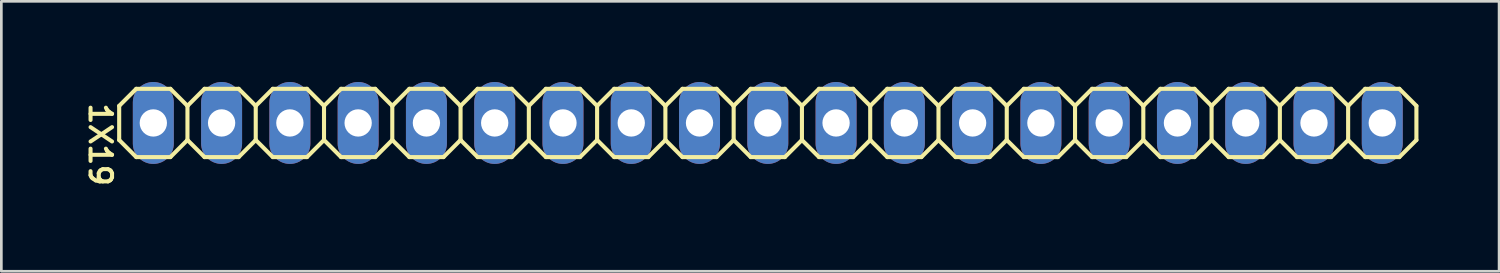
<source format=kicad_pcb>
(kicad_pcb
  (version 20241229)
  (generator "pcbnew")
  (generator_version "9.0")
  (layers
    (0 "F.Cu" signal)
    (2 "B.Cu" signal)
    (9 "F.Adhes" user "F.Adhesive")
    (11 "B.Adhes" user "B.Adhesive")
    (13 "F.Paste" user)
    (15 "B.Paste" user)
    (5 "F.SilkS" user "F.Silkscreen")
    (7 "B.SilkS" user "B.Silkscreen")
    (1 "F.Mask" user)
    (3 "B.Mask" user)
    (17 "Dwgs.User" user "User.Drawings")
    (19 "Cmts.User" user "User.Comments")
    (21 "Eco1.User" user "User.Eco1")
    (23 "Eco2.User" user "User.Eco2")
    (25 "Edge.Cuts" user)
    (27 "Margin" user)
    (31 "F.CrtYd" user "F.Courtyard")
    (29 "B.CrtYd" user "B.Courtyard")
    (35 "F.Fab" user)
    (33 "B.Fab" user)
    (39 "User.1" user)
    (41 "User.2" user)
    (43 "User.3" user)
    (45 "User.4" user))
  (footprint "1X19"
    (layer "F.Cu")
    (at 25.514 1.524)
    (property "Reference" "1X19" (at -25.301 -0.819 270) (unlocked yes) (layer "F.SilkS") (effects (font (size 0.8 0.8) (thickness 0.15)) (justify left bottom)))
    (fp_line (start -24.13 -0.635) (end -24.13 0.635) (stroke (width 0.152) (type solid)) (layer "F.SilkS"))
    (fp_line (start -24.13 0.635) (end -23.495 1.27) (stroke (width 0.152) (type solid)) (layer "F.SilkS"))
    (fp_line (start -23.495 -1.27) (end -24.13 -0.635) (stroke (width 0.152) (type solid)) (layer "F.SilkS"))
    (fp_line (start -23.495 -1.27) (end -22.225 -1.27) (stroke (width 0.152) (type solid)) (layer "F.SilkS"))
    (fp_line (start -22.225 -1.27) (end -21.59 -0.635) (stroke (width 0.152) (type solid)) (layer "F.SilkS"))
    (fp_line (start -22.225 1.27) (end -23.495 1.27) (stroke (width 0.152) (type solid)) (layer "F.SilkS"))
    (fp_line (start -21.59 -0.635) (end -21.59 0.635) (stroke (width 0.152) (type solid)) (layer "F.SilkS"))
    (fp_line (start -21.59 -0.635) (end -20.955 -1.27) (stroke (width 0.152) (type solid)) (layer "F.SilkS"))
    (fp_line (start -21.59 0.635) (end -22.225 1.27) (stroke (width 0.152) (type solid)) (layer "F.SilkS"))
    (fp_line (start -20.955 -1.27) (end -19.685 -1.27) (stroke (width 0.152) (type solid)) (layer "F.SilkS"))
    (fp_line (start -20.955 1.27) (end -21.59 0.635) (stroke (width 0.152) (type solid)) (layer "F.SilkS"))
    (fp_line (start -19.685 -1.27) (end -19.05 -0.635) (stroke (width 0.152) (type solid)) (layer "F.SilkS"))
    (fp_line (start -19.685 1.27) (end -20.955 1.27) (stroke (width 0.152) (type solid)) (layer "F.SilkS"))
    (fp_line (start -19.05 -0.635) (end -19.05 0.635) (stroke (width 0.152) (type solid)) (layer "F.SilkS"))
    (fp_line (start -19.05 -0.635) (end -18.415 -1.27) (stroke (width 0.152) (type solid)) (layer "F.SilkS"))
    (fp_line (start -19.05 0.635) (end -19.685 1.27) (stroke (width 0.152) (type solid)) (layer "F.SilkS"))
    (fp_line (start -18.415 -1.27) (end -17.145 -1.27) (stroke (width 0.152) (type solid)) (layer "F.SilkS"))
    (fp_line (start -18.415 1.27) (end -19.05 0.635) (stroke (width 0.152) (type solid)) (layer "F.SilkS"))
    (fp_line (start -17.145 -1.27) (end -16.51 -0.635) (stroke (width 0.152) (type solid)) (layer "F.SilkS"))
    (fp_line (start -17.145 1.27) (end -18.415 1.27) (stroke (width 0.152) (type solid)) (layer "F.SilkS"))
    (fp_line (start -16.51 -0.635) (end -16.51 0.635) (stroke (width 0.152) (type solid)) (layer "F.SilkS"))
    (fp_line (start -16.51 0.635) (end -17.145 1.27) (stroke (width 0.152) (type solid)) (layer "F.SilkS"))
    (fp_line (start -16.51 0.635) (end -15.875 1.27) (stroke (width 0.152) (type solid)) (layer "F.SilkS"))
    (fp_line (start -15.875 -1.27) (end -16.51 -0.635) (stroke (width 0.152) (type solid)) (layer "F.SilkS"))
    (fp_line (start -15.875 -1.27) (end -14.605 -1.27) (stroke (width 0.152) (type solid)) (layer "F.SilkS"))
    (fp_line (start -14.605 -1.27) (end -13.97 -0.635) (stroke (width 0.152) (type solid)) (layer "F.SilkS"))
    (fp_line (start -14.605 1.27) (end -15.875 1.27) (stroke (width 0.152) (type solid)) (layer "F.SilkS"))
    (fp_line (start -13.97 -0.635) (end -13.97 0.635) (stroke (width 0.152) (type solid)) (layer "F.SilkS"))
    (fp_line (start -13.97 -0.635) (end -13.335 -1.27) (stroke (width 0.152) (type solid)) (layer "F.SilkS"))
    (fp_line (start -13.97 0.635) (end -14.605 1.27) (stroke (width 0.152) (type solid)) (layer "F.SilkS"))
    (fp_line (start -13.335 -1.27) (end -12.065 -1.27) (stroke (width 0.152) (type solid)) (layer "F.SilkS"))
    (fp_line (start -13.335 1.27) (end -13.97 0.635) (stroke (width 0.152) (type solid)) (layer "F.SilkS"))
    (fp_line (start -12.065 -1.27) (end -11.43 -0.635) (stroke (width 0.152) (type solid)) (layer "F.SilkS"))
    (fp_line (start -12.065 1.27) (end -13.335 1.27) (stroke (width 0.152) (type solid)) (layer "F.SilkS"))
    (fp_line (start -11.43 -0.635) (end -11.43 0.635) (stroke (width 0.152) (type solid)) (layer "F.SilkS"))
    (fp_line (start -11.43 -0.635) (end -10.795 -1.27) (stroke (width 0.152) (type solid)) (layer "F.SilkS"))
    (fp_line (start -11.43 0.635) (end -12.065 1.27) (stroke (width 0.152) (type solid)) (layer "F.SilkS"))
    (fp_line (start -10.795 -1.27) (end -9.525 -1.27) (stroke (width 0.152) (type solid)) (layer "F.SilkS"))
    (fp_line (start -10.795 1.27) (end -11.43 0.635) (stroke (width 0.152) (type solid)) (layer "F.SilkS"))
    (fp_line (start -9.525 -1.27) (end -8.89 -0.635) (stroke (width 0.152) (type solid)) (layer "F.SilkS"))
    (fp_line (start -9.525 1.27) (end -10.795 1.27) (stroke (width 0.152) (type solid)) (layer "F.SilkS"))
    (fp_line (start -8.89 -0.635) (end -8.89 0.635) (stroke (width 0.152) (type solid)) (layer "F.SilkS"))
    (fp_line (start -8.89 0.635) (end -9.525 1.27) (stroke (width 0.152) (type solid)) (layer "F.SilkS"))
    (fp_line (start -8.89 0.635) (end -8.255 1.27) (stroke (width 0.152) (type solid)) (layer "F.SilkS"))
    (fp_line (start -8.255 -1.27) (end -8.89 -0.635) (stroke (width 0.152) (type solid)) (layer "F.SilkS"))
    (fp_line (start -8.255 -1.27) (end -6.985 -1.27) (stroke (width 0.152) (type solid)) (layer "F.SilkS"))
    (fp_line (start -6.985 -1.27) (end -6.35 -0.635) (stroke (width 0.152) (type solid)) (layer "F.SilkS"))
    (fp_line (start -6.985 1.27) (end -8.255 1.27) (stroke (width 0.152) (type solid)) (layer "F.SilkS"))
    (fp_line (start -6.35 -0.635) (end -6.35 0.635) (stroke (width 0.152) (type solid)) (layer "F.SilkS"))
    (fp_line (start -6.35 -0.635) (end -5.715 -1.27) (stroke (width 0.152) (type solid)) (layer "F.SilkS"))
    (fp_line (start -6.35 0.635) (end -6.985 1.27) (stroke (width 0.152) (type solid)) (layer "F.SilkS"))
    (fp_line (start -5.715 -1.27) (end -4.445 -1.27) (stroke (width 0.152) (type solid)) (layer "F.SilkS"))
    (fp_line (start -5.715 1.27) (end -6.35 0.635) (stroke (width 0.152) (type solid)) (layer "F.SilkS"))
    (fp_line (start -4.445 -1.27) (end -3.81 -0.635) (stroke (width 0.152) (type solid)) (layer "F.SilkS"))
    (fp_line (start -4.445 1.27) (end -5.715 1.27) (stroke (width 0.152) (type solid)) (layer "F.SilkS"))
    (fp_line (start -3.81 -0.635) (end -3.81 0.635) (stroke (width 0.152) (type solid)) (layer "F.SilkS"))
    (fp_line (start -3.81 -0.635) (end -3.175 -1.27) (stroke (width 0.152) (type solid)) (layer "F.SilkS"))
    (fp_line (start -3.81 0.635) (end -4.445 1.27) (stroke (width 0.152) (type solid)) (layer "F.SilkS"))
    (fp_line (start -3.175 -1.27) (end -1.905 -1.27) (stroke (width 0.152) (type solid)) (layer "F.SilkS"))
    (fp_line (start -3.175 1.27) (end -3.81 0.635) (stroke (width 0.152) (type solid)) (layer "F.SilkS"))
    (fp_line (start -1.905 -1.27) (end -1.27 -0.635) (stroke (width 0.152) (type solid)) (layer "F.SilkS"))
    (fp_line (start -1.905 1.27) (end -3.175 1.27) (stroke (width 0.152) (type solid)) (layer "F.SilkS"))
    (fp_line (start -1.27 -0.635) (end -1.27 0.635) (stroke (width 0.152) (type solid)) (layer "F.SilkS"))
    (fp_line (start -1.27 0.635) (end -1.905 1.27) (stroke (width 0.152) (type solid)) (layer "F.SilkS"))
    (fp_line (start -1.27 0.635) (end -0.635 1.27) (stroke (width 0.152) (type solid)) (layer "F.SilkS"))
    (fp_line (start -0.635 -1.27) (end -1.27 -0.635) (stroke (width 0.152) (type solid)) (layer "F.SilkS"))
    (fp_line (start -0.635 -1.27) (end 0.635 -1.27) (stroke (width 0.152) (type solid)) (layer "F.SilkS"))
    (fp_line (start 0.635 -1.27) (end 1.27 -0.635) (stroke (width 0.152) (type solid)) (layer "F.SilkS"))
    (fp_line (start 0.635 1.27) (end -0.635 1.27) (stroke (width 0.152) (type solid)) (layer "F.SilkS"))
    (fp_line (start 1.27 -0.635) (end 1.27 0.635) (stroke (width 0.152) (type solid)) (layer "F.SilkS"))
    (fp_line (start 1.27 -0.635) (end 1.905 -1.27) (stroke (width 0.152) (type solid)) (layer "F.SilkS"))
    (fp_line (start 1.27 0.635) (end 0.635 1.27) (stroke (width 0.152) (type solid)) (layer "F.SilkS"))
    (fp_line (start 1.905 -1.27) (end 3.175 -1.27) (stroke (width 0.152) (type solid)) (layer "F.SilkS"))
    (fp_line (start 1.905 1.27) (end 1.27 0.635) (stroke (width 0.152) (type solid)) (layer "F.SilkS"))
    (fp_line (start 3.175 -1.27) (end 3.81 -0.635) (stroke (width 0.152) (type solid)) (layer "F.SilkS"))
    (fp_line (start 3.175 1.27) (end 1.905 1.27) (stroke (width 0.152) (type solid)) (layer "F.SilkS"))
    (fp_line (start 3.81 -0.635) (end 3.81 0.635) (stroke (width 0.152) (type solid)) (layer "F.SilkS"))
    (fp_line (start 3.81 -0.635) (end 4.445 -1.27) (stroke (width 0.152) (type solid)) (layer "F.SilkS"))
    (fp_line (start 3.81 0.635) (end 3.175 1.27) (stroke (width 0.152) (type solid)) (layer "F.SilkS"))
    (fp_line (start 4.445 -1.27) (end 5.715 -1.27) (stroke (width 0.152) (type solid)) (layer "F.SilkS"))
    (fp_line (start 4.445 1.27) (end 3.81 0.635) (stroke (width 0.152) (type solid)) (layer "F.SilkS"))
    (fp_line (start 5.715 -1.27) (end 6.35 -0.635) (stroke (width 0.152) (type solid)) (layer "F.SilkS"))
    (fp_line (start 5.715 1.27) (end 4.445 1.27) (stroke (width 0.152) (type solid)) (layer "F.SilkS"))
    (fp_line (start 6.35 -0.635) (end 6.35 0.635) (stroke (width 0.152) (type solid)) (layer "F.SilkS"))
    (fp_line (start 6.35 0.635) (end 5.715 1.27) (stroke (width 0.152) (type solid)) (layer "F.SilkS"))
    (fp_line (start 6.35 0.635) (end 6.985 1.27) (stroke (width 0.152) (type solid)) (layer "F.SilkS"))
    (fp_line (start 6.985 -1.27) (end 6.35 -0.635) (stroke (width 0.152) (type solid)) (layer "F.SilkS"))
    (fp_line (start 6.985 -1.27) (end 8.255 -1.27) (stroke (width 0.152) (type solid)) (layer "F.SilkS"))
    (fp_line (start 8.255 -1.27) (end 8.89 -0.635) (stroke (width 0.152) (type solid)) (layer "F.SilkS"))
    (fp_line (start 8.255 1.27) (end 6.985 1.27) (stroke (width 0.152) (type solid)) (layer "F.SilkS"))
    (fp_line (start 8.89 -0.635) (end 8.89 0.635) (stroke (width 0.152) (type solid)) (layer "F.SilkS"))
    (fp_line (start 8.89 -0.635) (end 9.525 -1.27) (stroke (width 0.152) (type solid)) (layer "F.SilkS"))
    (fp_line (start 8.89 0.635) (end 8.255 1.27) (stroke (width 0.152) (type solid)) (layer "F.SilkS"))
    (fp_line (start 9.525 -1.27) (end 10.795 -1.27) (stroke (width 0.152) (type solid)) (layer "F.SilkS"))
    (fp_line (start 9.525 1.27) (end 8.89 0.635) (stroke (width 0.152) (type solid)) (layer "F.SilkS"))
    (fp_line (start 10.795 -1.27) (end 11.43 -0.635) (stroke (width 0.152) (type solid)) (layer "F.SilkS"))
    (fp_line (start 10.795 1.27) (end 9.525 1.27) (stroke (width 0.152) (type solid)) (layer "F.SilkS"))
    (fp_line (start 11.43 -0.635) (end 11.43 0.635) (stroke (width 0.152) (type solid)) (layer "F.SilkS"))
    (fp_line (start 11.43 -0.635) (end 12.065 -1.27) (stroke (width 0.152) (type solid)) (layer "F.SilkS"))
    (fp_line (start 11.43 0.635) (end 10.795 1.27) (stroke (width 0.152) (type solid)) (layer "F.SilkS"))
    (fp_line (start 12.065 -1.27) (end 13.335 -1.27) (stroke (width 0.152) (type solid)) (layer "F.SilkS"))
    (fp_line (start 12.065 1.27) (end 11.43 0.635) (stroke (width 0.152) (type solid)) (layer "F.SilkS"))
    (fp_line (start 13.335 -1.27) (end 13.97 -0.635) (stroke (width 0.152) (type solid)) (layer "F.SilkS"))
    (fp_line (start 13.335 1.27) (end 12.065 1.27) (stroke (width 0.152) (type solid)) (layer "F.SilkS"))
    (fp_line (start 13.97 -0.635) (end 13.97 0.635) (stroke (width 0.152) (type solid)) (layer "F.SilkS"))
    (fp_line (start 13.97 0.635) (end 13.335 1.27) (stroke (width 0.152) (type solid)) (layer "F.SilkS"))
    (fp_line (start 13.97 0.635) (end 14.605 1.27) (stroke (width 0.152) (type solid)) (layer "F.SilkS"))
    (fp_line (start 14.605 -1.27) (end 13.97 -0.635) (stroke (width 0.152) (type solid)) (layer "F.SilkS"))
    (fp_line (start 14.605 -1.27) (end 15.875 -1.27) (stroke (width 0.152) (type solid)) (layer "F.SilkS"))
    (fp_line (start 15.875 -1.27) (end 16.51 -0.635) (stroke (width 0.152) (type solid)) (layer "F.SilkS"))
    (fp_line (start 15.875 1.27) (end 14.605 1.27) (stroke (width 0.152) (type solid)) (layer "F.SilkS"))
    (fp_line (start 16.51 -0.635) (end 16.51 0.635) (stroke (width 0.152) (type solid)) (layer "F.SilkS"))
    (fp_line (start 16.51 -0.635) (end 17.145 -1.27) (stroke (width 0.152) (type solid)) (layer "F.SilkS"))
    (fp_line (start 16.51 0.635) (end 15.875 1.27) (stroke (width 0.152) (type solid)) (layer "F.SilkS"))
    (fp_line (start 17.145 -1.27) (end 18.415 -1.27) (stroke (width 0.152) (type solid)) (layer "F.SilkS"))
    (fp_line (start 17.145 1.27) (end 16.51 0.635) (stroke (width 0.152) (type solid)) (layer "F.SilkS"))
    (fp_line (start 18.415 -1.27) (end 19.05 -0.635) (stroke (width 0.152) (type solid)) (layer "F.SilkS"))
    (fp_line (start 18.415 1.27) (end 17.145 1.27) (stroke (width 0.152) (type solid)) (layer "F.SilkS"))
    (fp_line (start 19.05 -0.635) (end 19.05 0.635) (stroke (width 0.152) (type solid)) (layer "F.SilkS"))
    (fp_line (start 19.05 -0.635) (end 19.685 -1.27) (stroke (width 0.152) (type solid)) (layer "F.SilkS"))
    (fp_line (start 19.05 0.635) (end 18.415 1.27) (stroke (width 0.152) (type solid)) (layer "F.SilkS"))
    (fp_line (start 19.685 -1.27) (end 20.955 -1.27) (stroke (width 0.152) (type solid)) (layer "F.SilkS"))
    (fp_line (start 19.685 1.27) (end 19.05 0.635) (stroke (width 0.152) (type solid)) (layer "F.SilkS"))
    (fp_line (start 20.955 -1.27) (end 21.59 -0.635) (stroke (width 0.152) (type solid)) (layer "F.SilkS"))
    (fp_line (start 20.955 1.27) (end 19.685 1.27) (stroke (width 0.152) (type solid)) (layer "F.SilkS"))
    (fp_line (start 21.59 -0.635) (end 21.59 0.635) (stroke (width 0.152) (type solid)) (layer "F.SilkS"))
    (fp_line (start 21.59 -0.635) (end 22.225 -1.27) (stroke (width 0.152) (type solid)) (layer "F.SilkS"))
    (fp_line (start 21.59 0.635) (end 20.955 1.27) (stroke (width 0.152) (type solid)) (layer "F.SilkS"))
    (fp_line (start 22.225 -1.27) (end 23.495 -1.27) (stroke (width 0.152) (type solid)) (layer "F.SilkS"))
    (fp_line (start 22.225 1.27) (end 21.59 0.635) (stroke (width 0.152) (type solid)) (layer "F.SilkS"))
    (fp_line (start 23.495 -1.27) (end 24.13 -0.635) (stroke (width 0.152) (type solid)) (layer "F.SilkS"))
    (fp_line (start 23.495 1.27) (end 22.225 1.27) (stroke (width 0.152) (type solid)) (layer "F.SilkS"))
    (fp_line (start 24.13 -0.635) (end 24.13 0.635) (stroke (width 0.152) (type solid)) (layer "F.SilkS"))
    (fp_line (start 24.13 0.635) (end 23.495 1.27) (stroke (width 0.152) (type solid)) (layer "F.SilkS"))
    (fp_poly (pts (xy -23.114 0.254) (xy -22.606 0.254) (xy -22.606 -0.254) (xy -23.114 -0.254)) (stroke (width 0.1) (type solid)) (fill no) (layer "F.Fab"))
    (fp_poly (pts (xy -20.574 0.254) (xy -20.066 0.254) (xy -20.066 -0.254) (xy -20.574 -0.254)) (stroke (width 0.1) (type solid)) (fill no) (layer "F.Fab"))
    (fp_poly (pts (xy -18.034 0.254) (xy -17.526 0.254) (xy -17.526 -0.254) (xy -18.034 -0.254)) (stroke (width 0.1) (type solid)) (fill no) (layer "F.Fab"))
    (fp_poly (pts (xy -15.494 0.254) (xy -14.986 0.254) (xy -14.986 -0.254) (xy -15.494 -0.254)) (stroke (width 0.1) (type solid)) (fill no) (layer "F.Fab"))
    (fp_poly (pts (xy -12.954 0.254) (xy -12.446 0.254) (xy -12.446 -0.254) (xy -12.954 -0.254)) (stroke (width 0.1) (type solid)) (fill no) (layer "F.Fab"))
    (fp_poly (pts (xy -10.414 0.254) (xy -9.906 0.254) (xy -9.906 -0.254) (xy -10.414 -0.254)) (stroke (width 0.1) (type solid)) (fill no) (layer "F.Fab"))
    (fp_poly (pts (xy -7.874 0.254) (xy -7.366 0.254) (xy -7.366 -0.254) (xy -7.874 -0.254)) (stroke (width 0.1) (type solid)) (fill no) (layer "F.Fab"))
    (fp_poly (pts (xy -5.334 0.254) (xy -4.826 0.254) (xy -4.826 -0.254) (xy -5.334 -0.254)) (stroke (width 0.1) (type solid)) (fill no) (layer "F.Fab"))
    (fp_poly (pts (xy -2.794 0.254) (xy -2.286 0.254) (xy -2.286 -0.254) (xy -2.794 -0.254)) (stroke (width 0.1) (type solid)) (fill no) (layer "F.Fab"))
    (fp_poly (pts (xy -0.254 0.254) (xy 0.254 0.254) (xy 0.254 -0.254) (xy -0.254 -0.254)) (stroke (width 0.1) (type solid)) (fill no) (layer "F.Fab"))
    (fp_poly (pts (xy 2.286 0.254) (xy 2.794 0.254) (xy 2.794 -0.254) (xy 2.286 -0.254)) (stroke (width 0.1) (type solid)) (fill no) (layer "F.Fab"))
    (fp_poly (pts (xy 4.826 0.254) (xy 5.334 0.254) (xy 5.334 -0.254) (xy 4.826 -0.254)) (stroke (width 0.1) (type solid)) (fill no) (layer "F.Fab"))
    (fp_poly (pts (xy 7.366 0.254) (xy 7.874 0.254) (xy 7.874 -0.254) (xy 7.366 -0.254)) (stroke (width 0.1) (type solid)) (fill no) (layer "F.Fab"))
    (fp_poly (pts (xy 9.906 0.254) (xy 10.414 0.254) (xy 10.414 -0.254) (xy 9.906 -0.254)) (stroke (width 0.1) (type solid)) (fill no) (layer "F.Fab"))
    (fp_poly (pts (xy 12.446 0.254) (xy 12.954 0.254) (xy 12.954 -0.254) (xy 12.446 -0.254)) (stroke (width 0.1) (type solid)) (fill no) (layer "F.Fab"))
    (fp_poly (pts (xy 14.986 0.254) (xy 15.494 0.254) (xy 15.494 -0.254) (xy 14.986 -0.254)) (stroke (width 0.1) (type solid)) (fill no) (layer "F.Fab"))
    (fp_poly (pts (xy 17.526 0.254) (xy 18.034 0.254) (xy 18.034 -0.254) (xy 17.526 -0.254)) (stroke (width 0.1) (type solid)) (fill no) (layer "F.Fab"))
    (fp_poly (pts (xy 20.066 0.254) (xy 20.574 0.254) (xy 20.574 -0.254) (xy 20.066 -0.254)) (stroke (width 0.1) (type solid)) (fill no) (layer "F.Fab"))
    (fp_poly (pts (xy 22.606 0.254) (xy 23.114 0.254) (xy 23.114 -0.254) (xy 22.606 -0.254)) (stroke (width 0.1) (type solid)) (fill no) (layer "F.Fab"))
    (pad "1" thru_hole oval (at -22.86 0 90) (size 3.048 1.524) (drill 1.016) (layers "*.Cu" "*.Mask"))
    (pad "2" thru_hole oval (at -20.32 0 90) (size 3.048 1.524) (drill 1.016) (layers "*.Cu" "*.Mask"))
    (pad "3" thru_hole oval (at -17.78 0 90) (size 3.048 1.524) (drill 1.016) (layers "*.Cu" "*.Mask"))
    (pad "4" thru_hole oval (at -15.24 0 90) (size 3.048 1.524) (drill 1.016) (layers "*.Cu" "*.Mask"))
    (pad "5" thru_hole oval (at -12.7 0 90) (size 3.048 1.524) (drill 1.016) (layers "*.Cu" "*.Mask"))
    (pad "6" thru_hole oval (at -10.16 0 90) (size 3.048 1.524) (drill 1.016) (layers "*.Cu" "*.Mask"))
    (pad "7" thru_hole oval (at -7.62 0 90) (size 3.048 1.524) (drill 1.016) (layers "*.Cu" "*.Mask"))
    (pad "8" thru_hole oval (at -5.08 0 90) (size 3.048 1.524) (drill 1.016) (layers "*.Cu" "*.Mask"))
    (pad "9" thru_hole oval (at -2.54 0 90) (size 3.048 1.524) (drill 1.016) (layers "*.Cu" "*.Mask"))
    (pad "10" thru_hole oval (at 0 0 90) (size 3.048 1.524) (drill 1.016) (layers "*.Cu" "*.Mask"))
    (pad "11" thru_hole oval (at 2.54 0 90) (size 3.048 1.524) (drill 1.016) (layers "*.Cu" "*.Mask"))
    (pad "12" thru_hole oval (at 5.08 0 90) (size 3.048 1.524) (drill 1.016) (layers "*.Cu" "*.Mask"))
    (pad "13" thru_hole oval (at 7.62 0 90) (size 3.048 1.524) (drill 1.016) (layers "*.Cu" "*.Mask"))
    (pad "14" thru_hole oval (at 10.16 0 90) (size 3.048 1.524) (drill 1.016) (layers "*.Cu" "*.Mask"))
    (pad "15" thru_hole oval (at 12.7 0 90) (size 3.048 1.524) (drill 1.016) (layers "*.Cu" "*.Mask"))
    (pad "16" thru_hole oval (at 15.24 0 90) (size 3.048 1.524) (drill 1.016) (layers "*.Cu" "*.Mask"))
    (pad "17" thru_hole oval (at 17.78 0 90) (size 3.048 1.524) (drill 1.016) (layers "*.Cu" "*.Mask"))
    (pad "18" thru_hole oval (at 20.32 0 90) (size 3.048 1.524) (drill 1.016) (layers "*.Cu" "*.Mask"))
    (pad "19" thru_hole oval (at 22.86 0 90) (size 3.048 1.524) (drill 1.016) (layers "*.Cu" "*.Mask")))
  (gr_rect
    (start -3 -3)
    (end 52.72 7.042)
    (stroke (width 0.1) (type default))
    (fill no)
    (layer "Edge.Cuts")))
</source>
